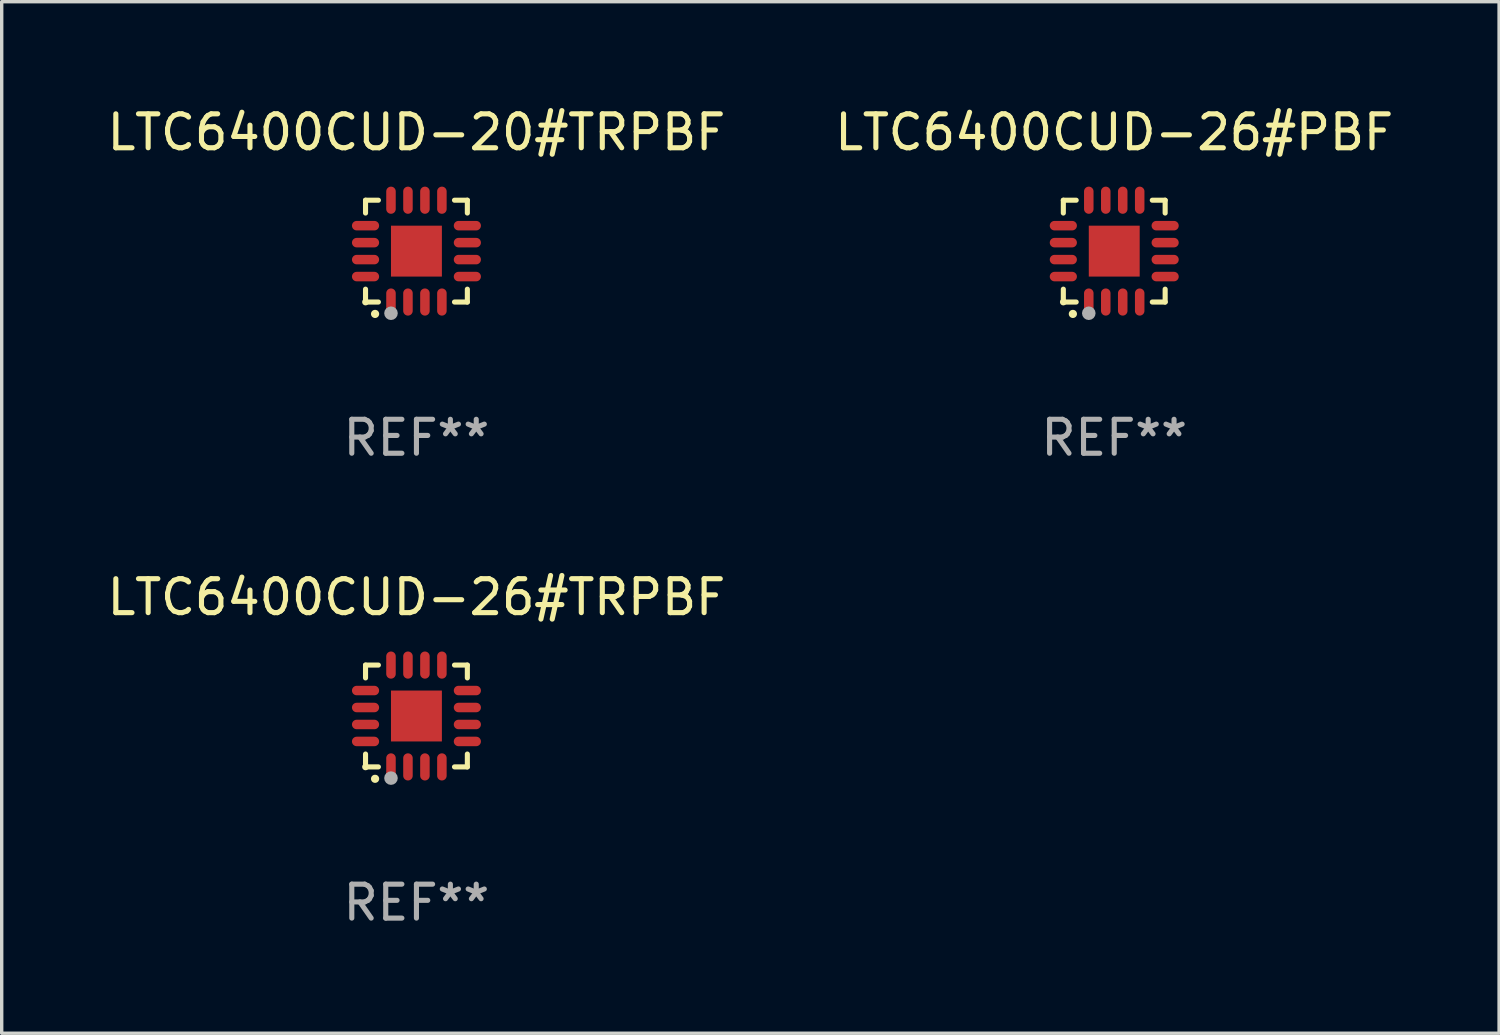
<source format=kicad_pcb>
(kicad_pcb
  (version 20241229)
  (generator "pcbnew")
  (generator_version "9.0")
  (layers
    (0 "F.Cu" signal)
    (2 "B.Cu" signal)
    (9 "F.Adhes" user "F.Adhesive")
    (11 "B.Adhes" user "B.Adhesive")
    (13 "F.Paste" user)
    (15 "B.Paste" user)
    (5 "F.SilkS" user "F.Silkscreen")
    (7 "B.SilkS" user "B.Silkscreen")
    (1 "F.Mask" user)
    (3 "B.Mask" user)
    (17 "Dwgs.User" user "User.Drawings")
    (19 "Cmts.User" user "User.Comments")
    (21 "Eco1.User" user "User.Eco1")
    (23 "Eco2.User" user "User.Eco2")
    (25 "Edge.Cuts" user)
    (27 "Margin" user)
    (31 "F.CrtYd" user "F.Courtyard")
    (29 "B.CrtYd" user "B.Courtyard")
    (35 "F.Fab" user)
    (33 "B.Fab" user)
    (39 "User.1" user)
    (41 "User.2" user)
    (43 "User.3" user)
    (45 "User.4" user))
  (footprint "LTC6400CUD-20#TRPBF"
    (layer "F.Cu")
    (at 9.22 4.349)
    (property "Reference" "LTC6400CUD-20#TRPBF" (at 0 -3.5 0) (layer "F.SilkS") (effects (font (size 1 1) (thickness 0.15))))
    (attr through_hole)
    (fp_line (start -1.5 -1.5) (end -1.121 -1.5) (stroke (width 0.15) (type solid)) (layer "F.SilkS"))
    (fp_line (start -1.5 -1.122) (end -1.5 -1.5) (stroke (width 0.15) (type solid)) (layer "F.SilkS"))
    (fp_line (start -1.5 1.5) (end -1.5 1.121) (stroke (width 0.15) (type solid)) (layer "F.SilkS"))
    (fp_line (start -1.121 1.5) (end -1.5 1.5) (stroke (width 0.15) (type solid)) (layer "F.SilkS"))
    (fp_line (start 1.121 -1.5) (end 1.5 -1.5) (stroke (width 0.15) (type solid)) (layer "F.SilkS"))
    (fp_line (start 1.5 -1.5) (end 1.5 -1.122) (stroke (width 0.15) (type solid)) (layer "F.SilkS"))
    (fp_line (start 1.5 1.121) (end 1.5 1.5) (stroke (width 0.15) (type solid)) (layer "F.SilkS"))
    (fp_line (start 1.5 1.5) (end 1.121 1.5) (stroke (width 0.15) (type solid)) (layer "F.SilkS"))
    (fp_arc (start -1.219926 1.850254) (mid -1.21891 1.85025) (end -1.217894 1.850254) (stroke (width 0.240005) (type solid)) (layer "F.SilkS"))
    (fp_circle (center -1.5 1.5) (end -1.45 1.5) (stroke (width 0.1) (type solid)) (fill no) (layer "F.SilkS"))
    (fp_circle (center -0.75 1.83) (end -0.65 1.83) (stroke (width 0.2) (type solid)) (fill no) (layer "F.Fab"))
    (fp_text user "REF**" (at 0 5.5 0) (layer "F.Fab") (effects (font (size 1 1) (thickness 0.15))))
    (pad "1" smd oval (at -0.75 1.5) (size 0.28 0.8) (layers "F.Cu" "F.Mask" "F.Paste"))
    (pad "2" smd oval (at -0.25 1.5) (size 0.28 0.8) (layers "F.Cu" "F.Mask" "F.Paste"))
    (pad "3" smd oval (at 0.25 1.5) (size 0.28 0.8) (layers "F.Cu" "F.Mask" "F.Paste"))
    (pad "4" smd oval (at 0.75 1.5) (size 0.28 0.8) (layers "F.Cu" "F.Mask" "F.Paste"))
    (pad "5" smd oval (at 1.5 0.75) (size 0.8 0.28) (layers "F.Cu" "F.Mask" "F.Paste"))
    (pad "6" smd oval (at 1.5 0.25) (size 0.8 0.28) (layers "F.Cu" "F.Mask" "F.Paste"))
    (pad "7" smd oval (at 1.5 -0.25) (size 0.8 0.28) (layers "F.Cu" "F.Mask" "F.Paste"))
    (pad "8" smd oval (at 1.5 -0.75) (size 0.8 0.28) (layers "F.Cu" "F.Mask" "F.Paste"))
    (pad "9" smd oval (at 0.75 -1.5) (size 0.28 0.8) (layers "F.Cu" "F.Mask" "F.Paste"))
    (pad "10" smd oval (at 0.25 -1.5) (size 0.28 0.8) (layers "F.Cu" "F.Mask" "F.Paste"))
    (pad "11" smd oval (at -0.25 -1.5) (size 0.28 0.8) (layers "F.Cu" "F.Mask" "F.Paste"))
    (pad "12" smd oval (at -0.75 -1.5) (size 0.28 0.8) (layers "F.Cu" "F.Mask" "F.Paste"))
    (pad "13" smd oval (at -1.5 -0.75) (size 0.8 0.28) (layers "F.Cu" "F.Mask" "F.Paste"))
    (pad "14" smd oval (at -1.5 -0.25) (size 0.8 0.28) (layers "F.Cu" "F.Mask" "F.Paste"))
    (pad "15" smd oval (at -1.5 0.25) (size 0.8 0.28) (layers "F.Cu" "F.Mask" "F.Paste"))
    (pad "16" smd oval (at -1.5 0.75) (size 0.8 0.28) (layers "F.Cu" "F.Mask" "F.Paste"))
    (pad "17" smd rect (at -0.000064 0.000165) (size 1.5 1.5) (layers "F.Cu" "F.Mask" "F.Paste")))
  (footprint "LTC6400CUD-26#TRPBF"
    (layer "F.Cu")
    (at 9.22 18.046)
    (property "Reference" "LTC6400CUD-26#TRPBF" (at 0 -3.5 0) (layer "F.SilkS") (effects (font (size 1 1) (thickness 0.15))))
    (attr through_hole)
    (fp_line (start -1.5 -1.5) (end -1.121 -1.5) (stroke (width 0.15) (type solid)) (layer "F.SilkS"))
    (fp_line (start -1.5 -1.122) (end -1.5 -1.5) (stroke (width 0.15) (type solid)) (layer "F.SilkS"))
    (fp_line (start -1.5 1.5) (end -1.5 1.121) (stroke (width 0.15) (type solid)) (layer "F.SilkS"))
    (fp_line (start -1.121 1.5) (end -1.5 1.5) (stroke (width 0.15) (type solid)) (layer "F.SilkS"))
    (fp_line (start 1.121 -1.5) (end 1.5 -1.5) (stroke (width 0.15) (type solid)) (layer "F.SilkS"))
    (fp_line (start 1.5 -1.5) (end 1.5 -1.122) (stroke (width 0.15) (type solid)) (layer "F.SilkS"))
    (fp_line (start 1.5 1.121) (end 1.5 1.5) (stroke (width 0.15) (type solid)) (layer "F.SilkS"))
    (fp_line (start 1.5 1.5) (end 1.121 1.5) (stroke (width 0.15) (type solid)) (layer "F.SilkS"))
    (fp_arc (start -1.219926 1.850254) (mid -1.21891 1.85025) (end -1.217894 1.850254) (stroke (width 0.240005) (type solid)) (layer "F.SilkS"))
    (fp_circle (center -1.5 1.5) (end -1.45 1.5) (stroke (width 0.1) (type solid)) (fill no) (layer "F.SilkS"))
    (fp_circle (center -0.75 1.83) (end -0.65 1.83) (stroke (width 0.2) (type solid)) (fill no) (layer "F.Fab"))
    (fp_text user "REF**" (at 0 5.5 0) (layer "F.Fab") (effects (font (size 1 1) (thickness 0.15))))
    (pad "1" smd oval (at -0.75 1.5) (size 0.28 0.8) (layers "F.Cu" "F.Mask" "F.Paste"))
    (pad "2" smd oval (at -0.25 1.5) (size 0.28 0.8) (layers "F.Cu" "F.Mask" "F.Paste"))
    (pad "3" smd oval (at 0.25 1.5) (size 0.28 0.8) (layers "F.Cu" "F.Mask" "F.Paste"))
    (pad "4" smd oval (at 0.75 1.5) (size 0.28 0.8) (layers "F.Cu" "F.Mask" "F.Paste"))
    (pad "5" smd oval (at 1.5 0.75) (size 0.8 0.28) (layers "F.Cu" "F.Mask" "F.Paste"))
    (pad "6" smd oval (at 1.5 0.25) (size 0.8 0.28) (layers "F.Cu" "F.Mask" "F.Paste"))
    (pad "7" smd oval (at 1.5 -0.25) (size 0.8 0.28) (layers "F.Cu" "F.Mask" "F.Paste"))
    (pad "8" smd oval (at 1.5 -0.75) (size 0.8 0.28) (layers "F.Cu" "F.Mask" "F.Paste"))
    (pad "9" smd oval (at 0.75 -1.5) (size 0.28 0.8) (layers "F.Cu" "F.Mask" "F.Paste"))
    (pad "10" smd oval (at 0.25 -1.5) (size 0.28 0.8) (layers "F.Cu" "F.Mask" "F.Paste"))
    (pad "11" smd oval (at -0.25 -1.5) (size 0.28 0.8) (layers "F.Cu" "F.Mask" "F.Paste"))
    (pad "12" smd oval (at -0.75 -1.5) (size 0.28 0.8) (layers "F.Cu" "F.Mask" "F.Paste"))
    (pad "13" smd oval (at -1.5 -0.75) (size 0.8 0.28) (layers "F.Cu" "F.Mask" "F.Paste"))
    (pad "14" smd oval (at -1.5 -0.25) (size 0.8 0.28) (layers "F.Cu" "F.Mask" "F.Paste"))
    (pad "15" smd oval (at -1.5 0.25) (size 0.8 0.28) (layers "F.Cu" "F.Mask" "F.Paste"))
    (pad "16" smd oval (at -1.5 0.75) (size 0.8 0.28) (layers "F.Cu" "F.Mask" "F.Paste"))
    (pad "17" smd rect (at -0.000064 0.000165) (size 1.5 1.5) (layers "F.Cu" "F.Mask" "F.Paste")))
  (footprint "LTC6400CUD-26#PBF"
    (layer "F.Cu")
    (at 29.78 4.349)
    (property "Reference" "LTC6400CUD-26#PBF" (at 0 -3.5 0) (layer "F.SilkS") (effects (font (size 1 1) (thickness 0.15))))
    (attr through_hole)
    (fp_line (start -1.5 -1.5) (end -1.121 -1.5) (stroke (width 0.15) (type solid)) (layer "F.SilkS"))
    (fp_line (start -1.5 -1.122) (end -1.5 -1.5) (stroke (width 0.15) (type solid)) (layer "F.SilkS"))
    (fp_line (start -1.5 1.5) (end -1.5 1.121) (stroke (width 0.15) (type solid)) (layer "F.SilkS"))
    (fp_line (start -1.121 1.5) (end -1.5 1.5) (stroke (width 0.15) (type solid)) (layer "F.SilkS"))
    (fp_line (start 1.121 -1.5) (end 1.5 -1.5) (stroke (width 0.15) (type solid)) (layer "F.SilkS"))
    (fp_line (start 1.5 -1.5) (end 1.5 -1.122) (stroke (width 0.15) (type solid)) (layer "F.SilkS"))
    (fp_line (start 1.5 1.121) (end 1.5 1.5) (stroke (width 0.15) (type solid)) (layer "F.SilkS"))
    (fp_line (start 1.5 1.5) (end 1.121 1.5) (stroke (width 0.15) (type solid)) (layer "F.SilkS"))
    (fp_arc (start -1.219926 1.850254) (mid -1.21891 1.85025) (end -1.217894 1.850254) (stroke (width 0.240005) (type solid)) (layer "F.SilkS"))
    (fp_circle (center -1.5 1.5) (end -1.45 1.5) (stroke (width 0.1) (type solid)) (fill no) (layer "F.SilkS"))
    (fp_circle (center -0.75 1.83) (end -0.65 1.83) (stroke (width 0.2) (type solid)) (fill no) (layer "F.Fab"))
    (fp_text user "REF**" (at 0 5.5 0) (layer "F.Fab") (effects (font (size 1 1) (thickness 0.15))))
    (pad "1" smd oval (at -0.75 1.5) (size 0.28 0.8) (layers "F.Cu" "F.Mask" "F.Paste"))
    (pad "2" smd oval (at -0.25 1.5) (size 0.28 0.8) (layers "F.Cu" "F.Mask" "F.Paste"))
    (pad "3" smd oval (at 0.25 1.5) (size 0.28 0.8) (layers "F.Cu" "F.Mask" "F.Paste"))
    (pad "4" smd oval (at 0.75 1.5) (size 0.28 0.8) (layers "F.Cu" "F.Mask" "F.Paste"))
    (pad "5" smd oval (at 1.5 0.75) (size 0.8 0.28) (layers "F.Cu" "F.Mask" "F.Paste"))
    (pad "6" smd oval (at 1.5 0.25) (size 0.8 0.28) (layers "F.Cu" "F.Mask" "F.Paste"))
    (pad "7" smd oval (at 1.5 -0.25) (size 0.8 0.28) (layers "F.Cu" "F.Mask" "F.Paste"))
    (pad "8" smd oval (at 1.5 -0.75) (size 0.8 0.28) (layers "F.Cu" "F.Mask" "F.Paste"))
    (pad "9" smd oval (at 0.75 -1.5) (size 0.28 0.8) (layers "F.Cu" "F.Mask" "F.Paste"))
    (pad "10" smd oval (at 0.25 -1.5) (size 0.28 0.8) (layers "F.Cu" "F.Mask" "F.Paste"))
    (pad "11" smd oval (at -0.25 -1.5) (size 0.28 0.8) (layers "F.Cu" "F.Mask" "F.Paste"))
    (pad "12" smd oval (at -0.75 -1.5) (size 0.28 0.8) (layers "F.Cu" "F.Mask" "F.Paste"))
    (pad "13" smd oval (at -1.5 -0.75) (size 0.8 0.28) (layers "F.Cu" "F.Mask" "F.Paste"))
    (pad "14" smd oval (at -1.5 -0.25) (size 0.8 0.28) (layers "F.Cu" "F.Mask" "F.Paste"))
    (pad "15" smd oval (at -1.5 0.25) (size 0.8 0.28) (layers "F.Cu" "F.Mask" "F.Paste"))
    (pad "16" smd oval (at -1.5 0.75) (size 0.8 0.28) (layers "F.Cu" "F.Mask" "F.Paste"))
    (pad "17" smd rect (at -0.000064 0.000165) (size 1.5 1.5) (layers "F.Cu" "F.Mask" "F.Paste")))
  (gr_rect
    (start -3 -3)
    (end 41.119 27.394)
    (stroke (width 0.1) (type default))
    (fill no)
    (layer "Edge.Cuts")))
</source>
